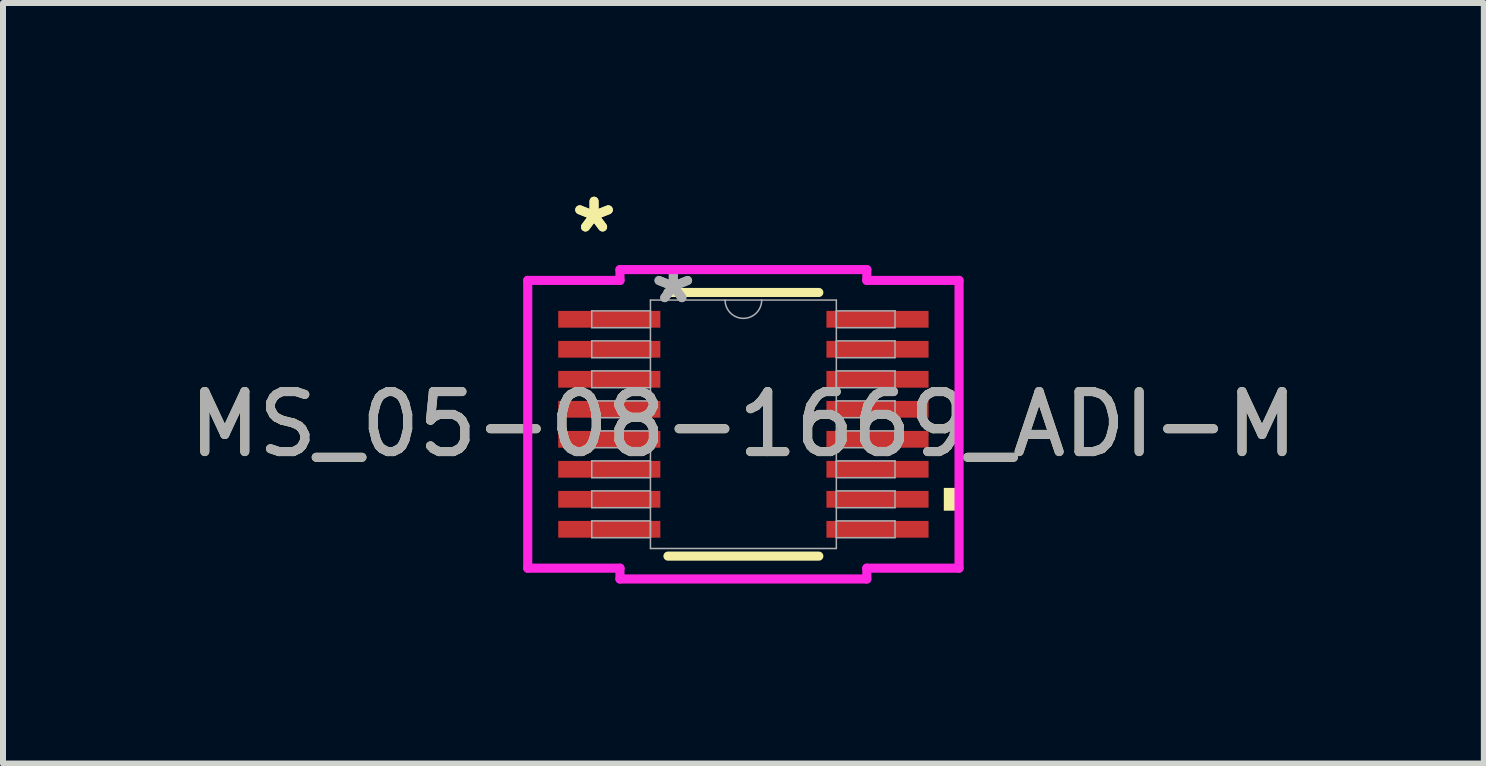
<source format=kicad_pcb>
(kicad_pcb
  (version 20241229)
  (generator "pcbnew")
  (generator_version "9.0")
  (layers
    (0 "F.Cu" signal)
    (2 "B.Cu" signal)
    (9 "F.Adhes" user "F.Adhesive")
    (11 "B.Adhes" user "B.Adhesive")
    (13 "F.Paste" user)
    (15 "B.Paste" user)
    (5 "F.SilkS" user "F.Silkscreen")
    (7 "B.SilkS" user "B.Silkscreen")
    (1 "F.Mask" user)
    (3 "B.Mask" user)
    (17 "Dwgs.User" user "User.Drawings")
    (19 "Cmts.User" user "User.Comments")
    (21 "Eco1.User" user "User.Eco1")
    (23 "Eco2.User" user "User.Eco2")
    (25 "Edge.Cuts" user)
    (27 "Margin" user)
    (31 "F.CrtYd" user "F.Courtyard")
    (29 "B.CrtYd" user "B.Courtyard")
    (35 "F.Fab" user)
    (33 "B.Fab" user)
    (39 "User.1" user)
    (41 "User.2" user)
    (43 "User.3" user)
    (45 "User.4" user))
  (footprint "MS_05-08-1669_ADI-M"
    (layer "F.Cu")
    (at 9.339 4.021)
    (property "Reference" "MS_05-08-1669_ADI-M" (at 0 0 0) (unlocked yes) (layer "F.SilkS") (effects (font (size 1 1) (thickness 0.15))))
    (attr smd)
    (fp_line (start -1.257 2.197) (end 1.257 2.197) (stroke (width 0.152) (type solid)) (layer "F.SilkS"))
    (fp_line (start 1.257 -2.197) (end -1.257 -2.197) (stroke (width 0.152) (type solid)) (layer "F.SilkS"))
    (fp_poly (pts (xy 3.594 1.06) (xy 3.594 1.44) (xy 3.34 1.44) (xy 3.34 1.06)) (stroke (width 0) (type solid)) (fill yes) (layer "F.SilkS"))
    (fp_line (start -3.594 -2.398) (end -2.057 -2.398) (stroke (width 0.152) (type solid)) (layer "F.CrtYd"))
    (fp_line (start -3.594 2.398) (end -3.594 -2.398) (stroke (width 0.152) (type solid)) (layer "F.CrtYd"))
    (fp_line (start -3.594 2.398) (end -2.057 2.398) (stroke (width 0.152) (type solid)) (layer "F.CrtYd"))
    (fp_line (start -2.057 -2.578) (end 2.057 -2.578) (stroke (width 0.152) (type solid)) (layer "F.CrtYd"))
    (fp_line (start -2.057 -2.398) (end -2.057 -2.578) (stroke (width 0.152) (type solid)) (layer "F.CrtYd"))
    (fp_line (start -2.057 2.578) (end -2.057 2.398) (stroke (width 0.152) (type solid)) (layer "F.CrtYd"))
    (fp_line (start 2.057 -2.578) (end 2.057 -2.398) (stroke (width 0.152) (type solid)) (layer "F.CrtYd"))
    (fp_line (start 2.057 2.398) (end 2.057 2.578) (stroke (width 0.152) (type solid)) (layer "F.CrtYd"))
    (fp_line (start 2.057 2.578) (end -2.057 2.578) (stroke (width 0.152) (type solid)) (layer "F.CrtYd"))
    (fp_line (start 3.594 -2.398) (end 2.057 -2.398) (stroke (width 0.152) (type solid)) (layer "F.CrtYd"))
    (fp_line (start 3.594 -2.398) (end 3.594 2.398) (stroke (width 0.152) (type solid)) (layer "F.CrtYd"))
    (fp_line (start 3.594 2.398) (end 2.057 2.398) (stroke (width 0.152) (type solid)) (layer "F.CrtYd"))
    (fp_line (start -2.527 -1.89) (end -2.527 -1.61) (stroke (width 0.025) (type solid)) (layer "F.Fab"))
    (fp_line (start -2.527 -1.61) (end -1.549 -1.61) (stroke (width 0.025) (type solid)) (layer "F.Fab"))
    (fp_line (start -2.527 -1.39) (end -2.527 -1.11) (stroke (width 0.025) (type solid)) (layer "F.Fab"))
    (fp_line (start -2.527 -1.11) (end -1.549 -1.11) (stroke (width 0.025) (type solid)) (layer "F.Fab"))
    (fp_line (start -2.527 -0.89) (end -2.527 -0.61) (stroke (width 0.025) (type solid)) (layer "F.Fab"))
    (fp_line (start -2.527 -0.61) (end -1.549 -0.61) (stroke (width 0.025) (type solid)) (layer "F.Fab"))
    (fp_line (start -2.527 -0.39) (end -2.527 -0.11) (stroke (width 0.025) (type solid)) (layer "F.Fab"))
    (fp_line (start -2.527 -0.11) (end -1.549 -0.11) (stroke (width 0.025) (type solid)) (layer "F.Fab"))
    (fp_line (start -2.527 0.11) (end -2.527 0.39) (stroke (width 0.025) (type solid)) (layer "F.Fab"))
    (fp_line (start -2.527 0.39) (end -1.549 0.39) (stroke (width 0.025) (type solid)) (layer "F.Fab"))
    (fp_line (start -2.527 0.61) (end -2.527 0.89) (stroke (width 0.025) (type solid)) (layer "F.Fab"))
    (fp_line (start -2.527 0.89) (end -1.549 0.89) (stroke (width 0.025) (type solid)) (layer "F.Fab"))
    (fp_line (start -2.527 1.11) (end -2.527 1.39) (stroke (width 0.025) (type solid)) (layer "F.Fab"))
    (fp_line (start -2.527 1.39) (end -1.549 1.39) (stroke (width 0.025) (type solid)) (layer "F.Fab"))
    (fp_line (start -2.527 1.61) (end -2.527 1.89) (stroke (width 0.025) (type solid)) (layer "F.Fab"))
    (fp_line (start -2.527 1.89) (end -1.549 1.89) (stroke (width 0.025) (type solid)) (layer "F.Fab"))
    (fp_line (start -1.549 -2.07) (end -1.549 2.07) (stroke (width 0.025) (type solid)) (layer "F.Fab"))
    (fp_line (start -1.549 -1.89) (end -2.527 -1.89) (stroke (width 0.025) (type solid)) (layer "F.Fab"))
    (fp_line (start -1.549 -1.61) (end -1.549 -1.89) (stroke (width 0.025) (type solid)) (layer "F.Fab"))
    (fp_line (start -1.549 -1.39) (end -2.527 -1.39) (stroke (width 0.025) (type solid)) (layer "F.Fab"))
    (fp_line (start -1.549 -1.11) (end -1.549 -1.39) (stroke (width 0.025) (type solid)) (layer "F.Fab"))
    (fp_line (start -1.549 -0.89) (end -2.527 -0.89) (stroke (width 0.025) (type solid)) (layer "F.Fab"))
    (fp_line (start -1.549 -0.61) (end -1.549 -0.89) (stroke (width 0.025) (type solid)) (layer "F.Fab"))
    (fp_line (start -1.549 -0.39) (end -2.527 -0.39) (stroke (width 0.025) (type solid)) (layer "F.Fab"))
    (fp_line (start -1.549 -0.11) (end -1.549 -0.39) (stroke (width 0.025) (type solid)) (layer "F.Fab"))
    (fp_line (start -1.549 0.11) (end -2.527 0.11) (stroke (width 0.025) (type solid)) (layer "F.Fab"))
    (fp_line (start -1.549 0.39) (end -1.549 0.11) (stroke (width 0.025) (type solid)) (layer "F.Fab"))
    (fp_line (start -1.549 0.61) (end -2.527 0.61) (stroke (width 0.025) (type solid)) (layer "F.Fab"))
    (fp_line (start -1.549 0.89) (end -1.549 0.61) (stroke (width 0.025) (type solid)) (layer "F.Fab"))
    (fp_line (start -1.549 1.11) (end -2.527 1.11) (stroke (width 0.025) (type solid)) (layer "F.Fab"))
    (fp_line (start -1.549 1.39) (end -1.549 1.11) (stroke (width 0.025) (type solid)) (layer "F.Fab"))
    (fp_line (start -1.549 1.61) (end -2.527 1.61) (stroke (width 0.025) (type solid)) (layer "F.Fab"))
    (fp_line (start -1.549 1.89) (end -1.549 1.61) (stroke (width 0.025) (type solid)) (layer "F.Fab"))
    (fp_line (start -1.549 2.07) (end 1.549 2.07) (stroke (width 0.025) (type solid)) (layer "F.Fab"))
    (fp_line (start 1.549 -2.07) (end -1.549 -2.07) (stroke (width 0.025) (type solid)) (layer "F.Fab"))
    (fp_line (start 1.549 -1.89) (end 1.549 -1.61) (stroke (width 0.025) (type solid)) (layer "F.Fab"))
    (fp_line (start 1.549 -1.61) (end 2.527 -1.61) (stroke (width 0.025) (type solid)) (layer "F.Fab"))
    (fp_line (start 1.549 -1.39) (end 1.549 -1.11) (stroke (width 0.025) (type solid)) (layer "F.Fab"))
    (fp_line (start 1.549 -1.11) (end 2.527 -1.11) (stroke (width 0.025) (type solid)) (layer "F.Fab"))
    (fp_line (start 1.549 -0.89) (end 1.549 -0.61) (stroke (width 0.025) (type solid)) (layer "F.Fab"))
    (fp_line (start 1.549 -0.61) (end 2.527 -0.61) (stroke (width 0.025) (type solid)) (layer "F.Fab"))
    (fp_line (start 1.549 -0.39) (end 1.549 -0.11) (stroke (width 0.025) (type solid)) (layer "F.Fab"))
    (fp_line (start 1.549 -0.11) (end 2.527 -0.11) (stroke (width 0.025) (type solid)) (layer "F.Fab"))
    (fp_line (start 1.549 0.11) (end 1.549 0.39) (stroke (width 0.025) (type solid)) (layer "F.Fab"))
    (fp_line (start 1.549 0.39) (end 2.527 0.39) (stroke (width 0.025) (type solid)) (layer "F.Fab"))
    (fp_line (start 1.549 0.61) (end 1.549 0.89) (stroke (width 0.025) (type solid)) (layer "F.Fab"))
    (fp_line (start 1.549 0.89) (end 2.527 0.89) (stroke (width 0.025) (type solid)) (layer "F.Fab"))
    (fp_line (start 1.549 1.11) (end 1.549 1.39) (stroke (width 0.025) (type solid)) (layer "F.Fab"))
    (fp_line (start 1.549 1.39) (end 2.527 1.39) (stroke (width 0.025) (type solid)) (layer "F.Fab"))
    (fp_line (start 1.549 1.61) (end 1.549 1.89) (stroke (width 0.025) (type solid)) (layer "F.Fab"))
    (fp_line (start 1.549 1.89) (end 2.527 1.89) (stroke (width 0.025) (type solid)) (layer "F.Fab"))
    (fp_line (start 1.549 2.07) (end 1.549 -2.07) (stroke (width 0.025) (type solid)) (layer "F.Fab"))
    (fp_line (start 2.527 -1.89) (end 1.549 -1.89) (stroke (width 0.025) (type solid)) (layer "F.Fab"))
    (fp_line (start 2.527 -1.61) (end 2.527 -1.89) (stroke (width 0.025) (type solid)) (layer "F.Fab"))
    (fp_line (start 2.527 -1.39) (end 1.549 -1.39) (stroke (width 0.025) (type solid)) (layer "F.Fab"))
    (fp_line (start 2.527 -1.11) (end 2.527 -1.39) (stroke (width 0.025) (type solid)) (layer "F.Fab"))
    (fp_line (start 2.527 -0.89) (end 1.549 -0.89) (stroke (width 0.025) (type solid)) (layer "F.Fab"))
    (fp_line (start 2.527 -0.61) (end 2.527 -0.89) (stroke (width 0.025) (type solid)) (layer "F.Fab"))
    (fp_line (start 2.527 -0.39) (end 1.549 -0.39) (stroke (width 0.025) (type solid)) (layer "F.Fab"))
    (fp_line (start 2.527 -0.11) (end 2.527 -0.39) (stroke (width 0.025) (type solid)) (layer "F.Fab"))
    (fp_line (start 2.527 0.11) (end 1.549 0.11) (stroke (width 0.025) (type solid)) (layer "F.Fab"))
    (fp_line (start 2.527 0.39) (end 2.527 0.11) (stroke (width 0.025) (type solid)) (layer "F.Fab"))
    (fp_line (start 2.527 0.61) (end 1.549 0.61) (stroke (width 0.025) (type solid)) (layer "F.Fab"))
    (fp_line (start 2.527 0.89) (end 2.527 0.61) (stroke (width 0.025) (type solid)) (layer "F.Fab"))
    (fp_line (start 2.527 1.11) (end 1.549 1.11) (stroke (width 0.025) (type solid)) (layer "F.Fab"))
    (fp_line (start 2.527 1.39) (end 2.527 1.11) (stroke (width 0.025) (type solid)) (layer "F.Fab"))
    (fp_line (start 2.527 1.61) (end 1.549 1.61) (stroke (width 0.025) (type solid)) (layer "F.Fab"))
    (fp_line (start 2.527 1.89) (end 2.527 1.61) (stroke (width 0.025) (type solid)) (layer "F.Fab"))
    (fp_arc (start 0.3048 -2.0701) (mid 0 -1.7653) (end -0.3048 -2.0701) (stroke (width 0.0254) (type solid)) (layer "F.Fab"))
    (fp_text user "*" (at -2.489 -3.172 0) (layer "F.SilkS") (effects (font (size 1 1) (thickness 0.15))))
    (fp_text user "*" (at -2.489 -3.172 0) (unlocked yes) (layer "F.SilkS") (effects (font (size 1 1) (thickness 0.15))))
    (fp_text user "*" (at -1.168 -1.994 0) (unlocked yes) (layer "F.Fab") (effects (font (size 1 1) (thickness 0.15))))
    (fp_text user "*" (at -1.168 -1.994 0) (layer "F.Fab") (effects (font (size 1 1) (thickness 0.15))))
    (fp_text user "${REFERENCE}" (at 0 0 0) (unlocked yes) (layer "F.Fab") (effects (font (size 1 1) (thickness 0.15))))
    (pad "1" smd rect (at -2.235 -1.75) (size 1.702 0.279) (layers "F.Cu" "F.Mask" "F.Paste"))
    (pad "2" smd rect (at -2.235 -1.25) (size 1.702 0.279) (layers "F.Cu" "F.Mask" "F.Paste"))
    (pad "3" smd rect (at -2.235 -0.75) (size 1.702 0.279) (layers "F.Cu" "F.Mask" "F.Paste"))
    (pad "4" smd rect (at -2.235 -0.25) (size 1.702 0.279) (layers "F.Cu" "F.Mask" "F.Paste"))
    (pad "5" smd rect (at -2.235 0.25) (size 1.702 0.279) (layers "F.Cu" "F.Mask" "F.Paste"))
    (pad "6" smd rect (at -2.235 0.75) (size 1.702 0.279) (layers "F.Cu" "F.Mask" "F.Paste"))
    (pad "7" smd rect (at -2.235 1.25) (size 1.702 0.279) (layers "F.Cu" "F.Mask" "F.Paste"))
    (pad "8" smd rect (at -2.235 1.75) (size 1.702 0.279) (layers "F.Cu" "F.Mask" "F.Paste"))
    (pad "9" smd rect (at 2.235 1.75) (size 1.702 0.279) (layers "F.Cu" "F.Mask" "F.Paste"))
    (pad "10" smd rect (at 2.235 1.25) (size 1.702 0.279) (layers "F.Cu" "F.Mask" "F.Paste"))
    (pad "11" smd rect (at 2.235 0.75) (size 1.702 0.279) (layers "F.Cu" "F.Mask" "F.Paste"))
    (pad "12" smd rect (at 2.235 0.25) (size 1.702 0.279) (layers "F.Cu" "F.Mask" "F.Paste"))
    (pad "13" smd rect (at 2.235 -0.25) (size 1.702 0.279) (layers "F.Cu" "F.Mask" "F.Paste"))
    (pad "14" smd rect (at 2.235 -0.75) (size 1.702 0.279) (layers "F.Cu" "F.Mask" "F.Paste"))
    (pad "15" smd rect (at 2.235 -1.25) (size 1.702 0.279) (layers "F.Cu" "F.Mask" "F.Paste"))
    (pad "16" smd rect (at 2.235 -1.75) (size 1.702 0.279) (layers "F.Cu" "F.Mask" "F.Paste")))
  (gr_rect
    (start -3 -3)
    (end 21.679 9.675)
    (stroke (width 0.1) (type default))
    (fill no)
    (layer "Edge.Cuts")))
</source>
